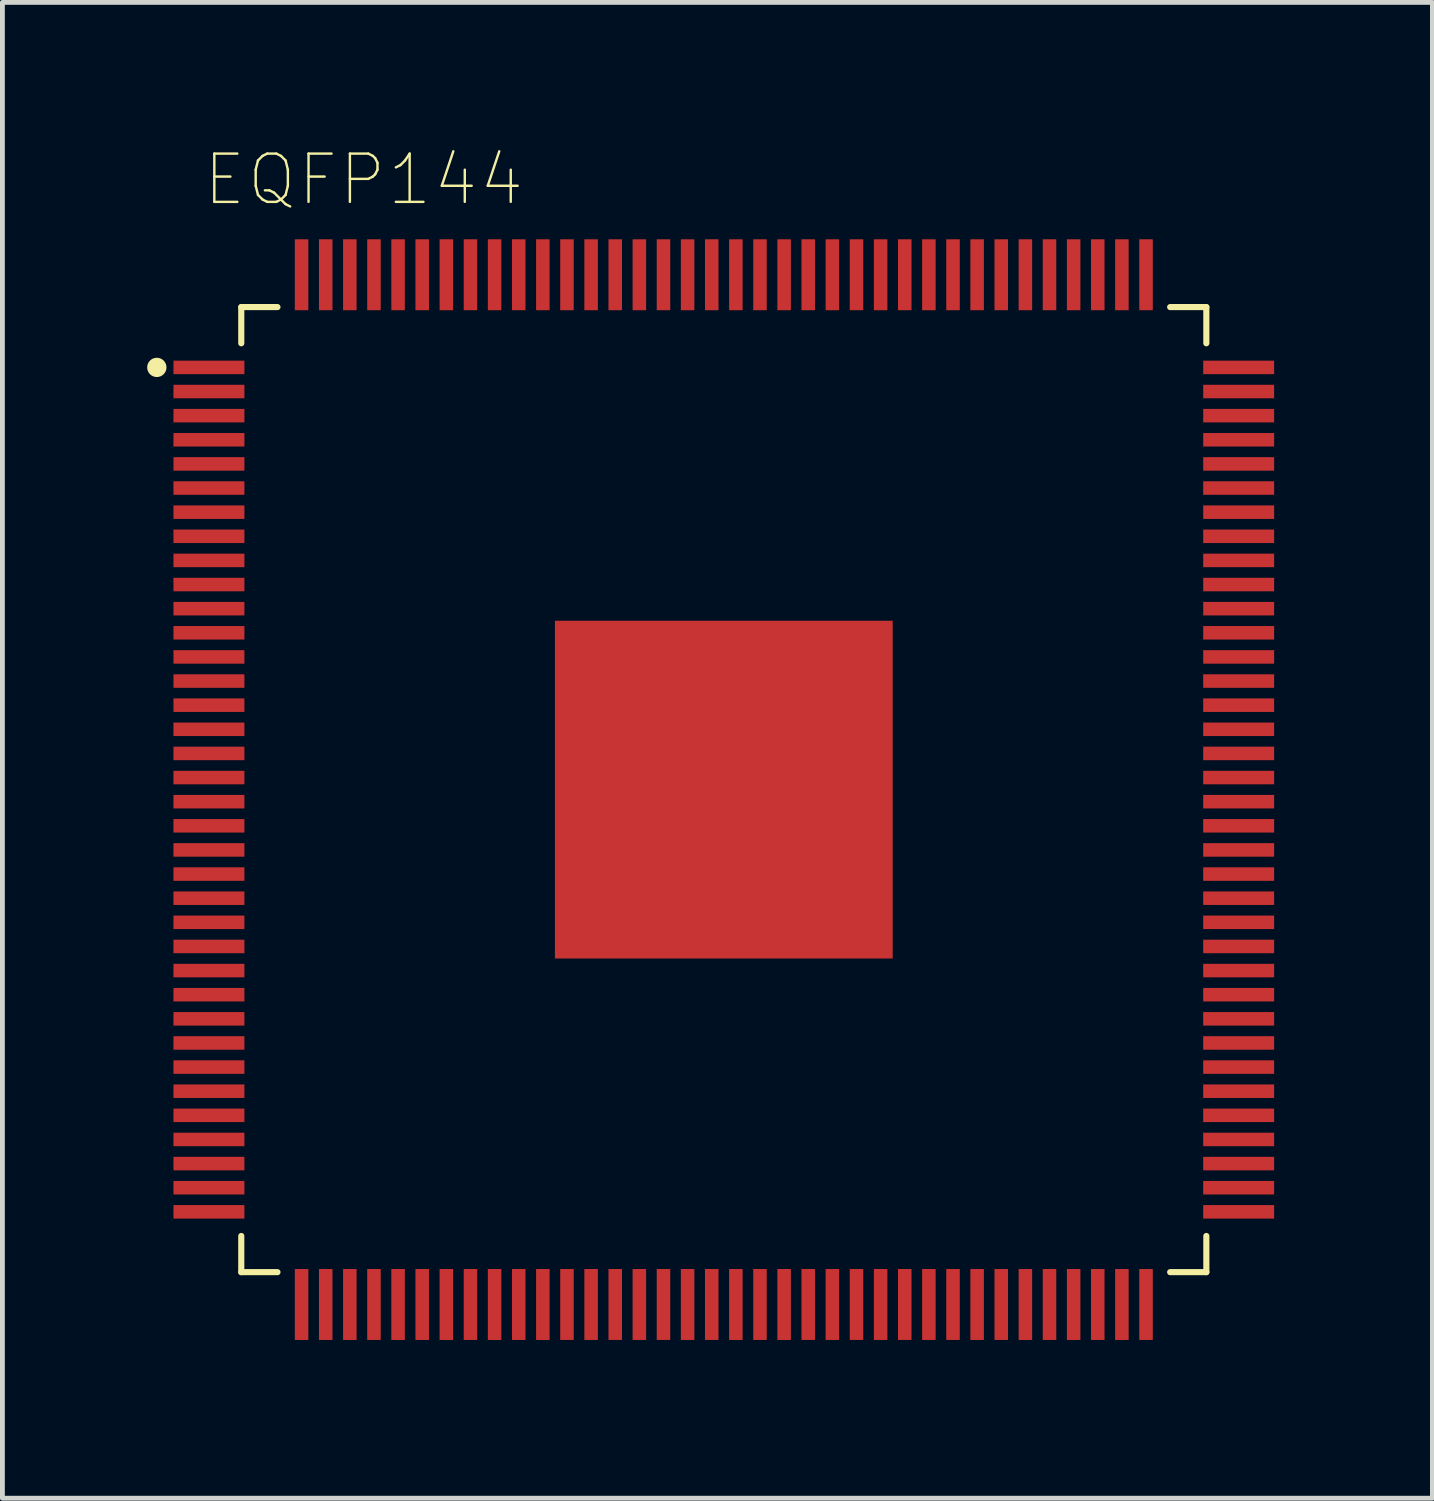
<source format=kicad_pcb>
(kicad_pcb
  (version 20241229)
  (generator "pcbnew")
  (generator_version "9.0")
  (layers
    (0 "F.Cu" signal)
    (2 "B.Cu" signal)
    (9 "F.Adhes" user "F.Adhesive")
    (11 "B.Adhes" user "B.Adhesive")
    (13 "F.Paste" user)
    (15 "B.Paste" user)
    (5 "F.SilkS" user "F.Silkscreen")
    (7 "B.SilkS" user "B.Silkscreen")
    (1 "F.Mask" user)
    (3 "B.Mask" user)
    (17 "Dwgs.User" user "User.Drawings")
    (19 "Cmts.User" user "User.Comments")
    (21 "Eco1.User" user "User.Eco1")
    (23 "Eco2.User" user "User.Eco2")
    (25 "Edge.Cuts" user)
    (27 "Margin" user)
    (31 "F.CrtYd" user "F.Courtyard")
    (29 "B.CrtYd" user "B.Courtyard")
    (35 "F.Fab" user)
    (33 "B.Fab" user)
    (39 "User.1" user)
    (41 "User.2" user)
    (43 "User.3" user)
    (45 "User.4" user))
  (footprint "EQFP144"
    (layer "F.Cu")
    (at 11.95 13.314)
    (property "Reference" "EQFP144" (at -7.463 -12.641 0) (layer "F.SilkS") (effects (font (size 1 1) (thickness 0.05))))
    (attr smd)
    (fp_line (start -10 -10) (end -9.25 -10) (stroke (width 0.127) (type solid)) (layer "F.SilkS"))
    (fp_line (start -10 -9.25) (end -10 -10) (stroke (width 0.127) (type solid)) (layer "F.SilkS"))
    (fp_line (start -10 9.25) (end -10 10) (stroke (width 0.127) (type solid)) (layer "F.SilkS"))
    (fp_line (start -10 10) (end -9.25 10) (stroke (width 0.127) (type solid)) (layer "F.SilkS"))
    (fp_line (start 9.25 -10) (end 10 -10) (stroke (width 0.127) (type solid)) (layer "F.SilkS"))
    (fp_line (start 9.25 10) (end 10 10) (stroke (width 0.127) (type solid)) (layer "F.SilkS"))
    (fp_line (start 10 -10) (end 10 -9.25) (stroke (width 0.127) (type solid)) (layer "F.SilkS"))
    (fp_line (start 10 10) (end 10 9.25) (stroke (width 0.127) (type solid)) (layer "F.SilkS"))
    (fp_circle (center -11.75 -8.75) (end -11.65 -8.75) (stroke (width 0.2) (type solid)) (fill no) (layer "F.SilkS"))
    (fp_poly (pts (xy -2.823 -2.75) (xy 2.82 -2.75) (xy 2.82 2.753) (xy -2.823 2.753)) (stroke (width 0) (type solid)) (fill yes) (layer "F.Paste"))
    (fp_line (start -11.66 -9.14) (end -10.25 -9.14) (stroke (width 0.05) (type solid)) (layer "Eco1.User"))
    (fp_line (start -11.66 9.14) (end -11.66 -9.14) (stroke (width 0.05) (type solid)) (layer "Eco1.User"))
    (fp_line (start -10.25 -10.25) (end -9.14 -10.25) (stroke (width 0.05) (type solid)) (layer "Eco1.User"))
    (fp_line (start -10.25 -9.14) (end -10.25 -10.25) (stroke (width 0.05) (type solid)) (layer "Eco1.User"))
    (fp_line (start -10.25 9.14) (end -11.66 9.14) (stroke (width 0.05) (type solid)) (layer "Eco1.User"))
    (fp_line (start -10.25 10.25) (end -10.25 9.14) (stroke (width 0.05) (type solid)) (layer "Eco1.User"))
    (fp_line (start -9.14 -11.66) (end 9.14 -11.66) (stroke (width 0.05) (type solid)) (layer "Eco1.User"))
    (fp_line (start -9.14 -10.25) (end -9.14 -11.66) (stroke (width 0.05) (type solid)) (layer "Eco1.User"))
    (fp_line (start -9.14 10.25) (end -10.25 10.25) (stroke (width 0.05) (type solid)) (layer "Eco1.User"))
    (fp_line (start -9.14 11.66) (end -9.14 10.25) (stroke (width 0.05) (type solid)) (layer "Eco1.User"))
    (fp_line (start 9.14 -11.66) (end 9.14 -10.25) (stroke (width 0.05) (type solid)) (layer "Eco1.User"))
    (fp_line (start 9.14 -10.25) (end 10.25 -10.25) (stroke (width 0.05) (type solid)) (layer "Eco1.User"))
    (fp_line (start 9.14 10.25) (end 9.14 11.66) (stroke (width 0.05) (type solid)) (layer "Eco1.User"))
    (fp_line (start 9.14 11.66) (end -9.14 11.66) (stroke (width 0.05) (type solid)) (layer "Eco1.User"))
    (fp_line (start 10.25 -10.25) (end 10.25 -9.14) (stroke (width 0.05) (type solid)) (layer "Eco1.User"))
    (fp_line (start 10.25 -9.14) (end 11.66 -9.14) (stroke (width 0.05) (type solid)) (layer "Eco1.User"))
    (fp_line (start 10.25 9.14) (end 10.25 10.25) (stroke (width 0.05) (type solid)) (layer "Eco1.User"))
    (fp_line (start 10.25 10.25) (end 9.14 10.25) (stroke (width 0.05) (type solid)) (layer "Eco1.User"))
    (fp_line (start 11.66 -9.14) (end 11.66 9.14) (stroke (width 0.05) (type solid)) (layer "Eco1.User"))
    (fp_line (start 11.66 9.14) (end 10.25 9.14) (stroke (width 0.05) (type solid)) (layer "Eco1.User"))
    (fp_line (start -10 -10) (end 10 -10) (stroke (width 0.127) (type solid)) (layer "Eco2.User"))
    (fp_line (start -10 10) (end -10 -10) (stroke (width 0.127) (type solid)) (layer "Eco2.User"))
    (fp_line (start 10 -10) (end 10 10) (stroke (width 0.127) (type solid)) (layer "Eco2.User"))
    (fp_line (start 10 10) (end -10 10) (stroke (width 0.127) (type solid)) (layer "Eco2.User"))
    (fp_circle (center -9.337 -9.385) (end -9.237 -9.385) (stroke (width 0.2) (type solid)) (fill no) (layer "Eco2.User"))
    (pad "1" smd rect (at -10.67 -8.75) (size 1.47 0.28) (layers "F.Cu" "F.Mask" "F.Paste"))
    (pad "2" smd rect (at -10.67 -8.25) (size 1.47 0.28) (layers "F.Cu" "F.Mask" "F.Paste"))
    (pad "3" smd rect (at -10.67 -7.75) (size 1.47 0.28) (layers "F.Cu" "F.Mask" "F.Paste"))
    (pad "4" smd rect (at -10.67 -7.25) (size 1.47 0.28) (layers "F.Cu" "F.Mask" "F.Paste"))
    (pad "5" smd rect (at -10.67 -6.75) (size 1.47 0.28) (layers "F.Cu" "F.Mask" "F.Paste"))
    (pad "6" smd rect (at -10.67 -6.25) (size 1.47 0.28) (layers "F.Cu" "F.Mask" "F.Paste"))
    (pad "7" smd rect (at -10.67 -5.75) (size 1.47 0.28) (layers "F.Cu" "F.Mask" "F.Paste"))
    (pad "8" smd rect (at -10.67 -5.25) (size 1.47 0.28) (layers "F.Cu" "F.Mask" "F.Paste"))
    (pad "9" smd rect (at -10.67 -4.75) (size 1.47 0.28) (layers "F.Cu" "F.Mask" "F.Paste"))
    (pad "10" smd rect (at -10.67 -4.25) (size 1.47 0.28) (layers "F.Cu" "F.Mask" "F.Paste"))
    (pad "11" smd rect (at -10.67 -3.75) (size 1.47 0.28) (layers "F.Cu" "F.Mask" "F.Paste"))
    (pad "12" smd rect (at -10.67 -3.25) (size 1.47 0.28) (layers "F.Cu" "F.Mask" "F.Paste"))
    (pad "13" smd rect (at -10.67 -2.75) (size 1.47 0.28) (layers "F.Cu" "F.Mask" "F.Paste"))
    (pad "14" smd rect (at -10.67 -2.25) (size 1.47 0.28) (layers "F.Cu" "F.Mask" "F.Paste"))
    (pad "15" smd rect (at -10.67 -1.75) (size 1.47 0.28) (layers "F.Cu" "F.Mask" "F.Paste"))
    (pad "16" smd rect (at -10.67 -1.25) (size 1.47 0.28) (layers "F.Cu" "F.Mask" "F.Paste"))
    (pad "17" smd rect (at -10.67 -0.75) (size 1.47 0.28) (layers "F.Cu" "F.Mask" "F.Paste"))
    (pad "18" smd rect (at -10.67 -0.25) (size 1.47 0.28) (layers "F.Cu" "F.Mask" "F.Paste"))
    (pad "19" smd rect (at -10.67 0.25) (size 1.47 0.28) (layers "F.Cu" "F.Mask" "F.Paste"))
    (pad "20" smd rect (at -10.67 0.75) (size 1.47 0.28) (layers "F.Cu" "F.Mask" "F.Paste"))
    (pad "21" smd rect (at -10.67 1.25) (size 1.47 0.28) (layers "F.Cu" "F.Mask" "F.Paste"))
    (pad "22" smd rect (at -10.67 1.75) (size 1.47 0.28) (layers "F.Cu" "F.Mask" "F.Paste"))
    (pad "23" smd rect (at -10.67 2.25) (size 1.47 0.28) (layers "F.Cu" "F.Mask" "F.Paste"))
    (pad "24" smd rect (at -10.67 2.75) (size 1.47 0.28) (layers "F.Cu" "F.Mask" "F.Paste"))
    (pad "25" smd rect (at -10.67 3.25) (size 1.47 0.28) (layers "F.Cu" "F.Mask" "F.Paste"))
    (pad "26" smd rect (at -10.67 3.75) (size 1.47 0.28) (layers "F.Cu" "F.Mask" "F.Paste"))
    (pad "27" smd rect (at -10.67 4.25) (size 1.47 0.28) (layers "F.Cu" "F.Mask" "F.Paste"))
    (pad "28" smd rect (at -10.67 4.75) (size 1.47 0.28) (layers "F.Cu" "F.Mask" "F.Paste"))
    (pad "29" smd rect (at -10.67 5.25) (size 1.47 0.28) (layers "F.Cu" "F.Mask" "F.Paste"))
    (pad "30" smd rect (at -10.67 5.75) (size 1.47 0.28) (layers "F.Cu" "F.Mask" "F.Paste"))
    (pad "31" smd rect (at -10.67 6.25) (size 1.47 0.28) (layers "F.Cu" "F.Mask" "F.Paste"))
    (pad "32" smd rect (at -10.67 6.75) (size 1.47 0.28) (layers "F.Cu" "F.Mask" "F.Paste"))
    (pad "33" smd rect (at -10.67 7.25) (size 1.47 0.28) (layers "F.Cu" "F.Mask" "F.Paste"))
    (pad "34" smd rect (at -10.67 7.75) (size 1.47 0.28) (layers "F.Cu" "F.Mask" "F.Paste"))
    (pad "35" smd rect (at -10.67 8.25) (size 1.47 0.28) (layers "F.Cu" "F.Mask" "F.Paste"))
    (pad "36" smd rect (at -10.67 8.75) (size 1.47 0.28) (layers "F.Cu" "F.Mask" "F.Paste"))
    (pad "37" smd rect (at -8.75 10.67 90) (size 1.47 0.28) (layers "F.Cu" "F.Mask" "F.Paste"))
    (pad "38" smd rect (at -8.25 10.67 90) (size 1.47 0.28) (layers "F.Cu" "F.Mask" "F.Paste"))
    (pad "39" smd rect (at -7.75 10.67 90) (size 1.47 0.28) (layers "F.Cu" "F.Mask" "F.Paste"))
    (pad "40" smd rect (at -7.25 10.67 90) (size 1.47 0.28) (layers "F.Cu" "F.Mask" "F.Paste"))
    (pad "41" smd rect (at -6.75 10.67 90) (size 1.47 0.28) (layers "F.Cu" "F.Mask" "F.Paste"))
    (pad "42" smd rect (at -6.25 10.67 90) (size 1.47 0.28) (layers "F.Cu" "F.Mask" "F.Paste"))
    (pad "43" smd rect (at -5.75 10.67 90) (size 1.47 0.28) (layers "F.Cu" "F.Mask" "F.Paste"))
    (pad "44" smd rect (at -5.25 10.67 90) (size 1.47 0.28) (layers "F.Cu" "F.Mask" "F.Paste"))
    (pad "45" smd rect (at -4.75 10.67 90) (size 1.47 0.28) (layers "F.Cu" "F.Mask" "F.Paste"))
    (pad "46" smd rect (at -4.25 10.67 90) (size 1.47 0.28) (layers "F.Cu" "F.Mask" "F.Paste"))
    (pad "47" smd rect (at -3.75 10.67 90) (size 1.47 0.28) (layers "F.Cu" "F.Mask" "F.Paste"))
    (pad "48" smd rect (at -3.25 10.67 90) (size 1.47 0.28) (layers "F.Cu" "F.Mask" "F.Paste"))
    (pad "49" smd rect (at -2.75 10.67 90) (size 1.47 0.28) (layers "F.Cu" "F.Mask" "F.Paste"))
    (pad "50" smd rect (at -2.25 10.67 90) (size 1.47 0.28) (layers "F.Cu" "F.Mask" "F.Paste"))
    (pad "51" smd rect (at -1.75 10.67 90) (size 1.47 0.28) (layers "F.Cu" "F.Mask" "F.Paste"))
    (pad "52" smd rect (at -1.25 10.67 90) (size 1.47 0.28) (layers "F.Cu" "F.Mask" "F.Paste"))
    (pad "53" smd rect (at -0.75 10.67 90) (size 1.47 0.28) (layers "F.Cu" "F.Mask" "F.Paste"))
    (pad "54" smd rect (at -0.25 10.67 90) (size 1.47 0.28) (layers "F.Cu" "F.Mask" "F.Paste"))
    (pad "55" smd rect (at 0.25 10.67 90) (size 1.47 0.28) (layers "F.Cu" "F.Mask" "F.Paste"))
    (pad "56" smd rect (at 0.75 10.67 90) (size 1.47 0.28) (layers "F.Cu" "F.Mask" "F.Paste"))
    (pad "57" smd rect (at 1.25 10.67 90) (size 1.47 0.28) (layers "F.Cu" "F.Mask" "F.Paste"))
    (pad "58" smd rect (at 1.75 10.67 90) (size 1.47 0.28) (layers "F.Cu" "F.Mask" "F.Paste"))
    (pad "59" smd rect (at 2.25 10.67 90) (size 1.47 0.28) (layers "F.Cu" "F.Mask" "F.Paste"))
    (pad "60" smd rect (at 2.75 10.67 90) (size 1.47 0.28) (layers "F.Cu" "F.Mask" "F.Paste"))
    (pad "61" smd rect (at 3.25 10.67 90) (size 1.47 0.28) (layers "F.Cu" "F.Mask" "F.Paste"))
    (pad "62" smd rect (at 3.75 10.67 90) (size 1.47 0.28) (layers "F.Cu" "F.Mask" "F.Paste"))
    (pad "63" smd rect (at 4.25 10.67 90) (size 1.47 0.28) (layers "F.Cu" "F.Mask" "F.Paste"))
    (pad "64" smd rect (at 4.75 10.67 90) (size 1.47 0.28) (layers "F.Cu" "F.Mask" "F.Paste"))
    (pad "65" smd rect (at 5.25 10.67 90) (size 1.47 0.28) (layers "F.Cu" "F.Mask" "F.Paste"))
    (pad "66" smd rect (at 5.75 10.67 90) (size 1.47 0.28) (layers "F.Cu" "F.Mask" "F.Paste"))
    (pad "67" smd rect (at 6.25 10.67 90) (size 1.47 0.28) (layers "F.Cu" "F.Mask" "F.Paste"))
    (pad "68" smd rect (at 6.75 10.67 90) (size 1.47 0.28) (layers "F.Cu" "F.Mask" "F.Paste"))
    (pad "69" smd rect (at 7.25 10.67 90) (size 1.47 0.28) (layers "F.Cu" "F.Mask" "F.Paste"))
    (pad "70" smd rect (at 7.75 10.67 90) (size 1.47 0.28) (layers "F.Cu" "F.Mask" "F.Paste"))
    (pad "71" smd rect (at 8.25 10.67 90) (size 1.47 0.28) (layers "F.Cu" "F.Mask" "F.Paste"))
    (pad "72" smd rect (at 8.75 10.67 90) (size 1.47 0.28) (layers "F.Cu" "F.Mask" "F.Paste"))
    (pad "73" smd rect (at 10.67 8.75 180) (size 1.47 0.28) (layers "F.Cu" "F.Mask" "F.Paste"))
    (pad "74" smd rect (at 10.67 8.25 180) (size 1.47 0.28) (layers "F.Cu" "F.Mask" "F.Paste"))
    (pad "75" smd rect (at 10.67 7.75 180) (size 1.47 0.28) (layers "F.Cu" "F.Mask" "F.Paste"))
    (pad "76" smd rect (at 10.67 7.25 180) (size 1.47 0.28) (layers "F.Cu" "F.Mask" "F.Paste"))
    (pad "77" smd rect (at 10.67 6.75 180) (size 1.47 0.28) (layers "F.Cu" "F.Mask" "F.Paste"))
    (pad "78" smd rect (at 10.67 6.25 180) (size 1.47 0.28) (layers "F.Cu" "F.Mask" "F.Paste"))
    (pad "79" smd rect (at 10.67 5.75 180) (size 1.47 0.28) (layers "F.Cu" "F.Mask" "F.Paste"))
    (pad "80" smd rect (at 10.67 5.25 180) (size 1.47 0.28) (layers "F.Cu" "F.Mask" "F.Paste"))
    (pad "81" smd rect (at 10.67 4.75 180) (size 1.47 0.28) (layers "F.Cu" "F.Mask" "F.Paste"))
    (pad "82" smd rect (at 10.67 4.25 180) (size 1.47 0.28) (layers "F.Cu" "F.Mask" "F.Paste"))
    (pad "83" smd rect (at 10.67 3.75 180) (size 1.47 0.28) (layers "F.Cu" "F.Mask" "F.Paste"))
    (pad "84" smd rect (at 10.67 3.25 180) (size 1.47 0.28) (layers "F.Cu" "F.Mask" "F.Paste"))
    (pad "85" smd rect (at 10.67 2.75 180) (size 1.47 0.28) (layers "F.Cu" "F.Mask" "F.Paste"))
    (pad "86" smd rect (at 10.67 2.25 180) (size 1.47 0.28) (layers "F.Cu" "F.Mask" "F.Paste"))
    (pad "87" smd rect (at 10.67 1.75 180) (size 1.47 0.28) (layers "F.Cu" "F.Mask" "F.Paste"))
    (pad "88" smd rect (at 10.67 1.25 180) (size 1.47 0.28) (layers "F.Cu" "F.Mask" "F.Paste"))
    (pad "89" smd rect (at 10.67 0.75 180) (size 1.47 0.28) (layers "F.Cu" "F.Mask" "F.Paste"))
    (pad "90" smd rect (at 10.67 0.25 180) (size 1.47 0.28) (layers "F.Cu" "F.Mask" "F.Paste"))
    (pad "91" smd rect (at 10.67 -0.25 180) (size 1.47 0.28) (layers "F.Cu" "F.Mask" "F.Paste"))
    (pad "92" smd rect (at 10.67 -0.75 180) (size 1.47 0.28) (layers "F.Cu" "F.Mask" "F.Paste"))
    (pad "93" smd rect (at 10.67 -1.25 180) (size 1.47 0.28) (layers "F.Cu" "F.Mask" "F.Paste"))
    (pad "94" smd rect (at 10.67 -1.75 180) (size 1.47 0.28) (layers "F.Cu" "F.Mask" "F.Paste"))
    (pad "95" smd rect (at 10.67 -2.25 180) (size 1.47 0.28) (layers "F.Cu" "F.Mask" "F.Paste"))
    (pad "96" smd rect (at 10.67 -2.75 180) (size 1.47 0.28) (layers "F.Cu" "F.Mask" "F.Paste"))
    (pad "97" smd rect (at 10.67 -3.25 180) (size 1.47 0.28) (layers "F.Cu" "F.Mask" "F.Paste"))
    (pad "98" smd rect (at 10.67 -3.75 180) (size 1.47 0.28) (layers "F.Cu" "F.Mask" "F.Paste"))
    (pad "99" smd rect (at 10.67 -4.25 180) (size 1.47 0.28) (layers "F.Cu" "F.Mask" "F.Paste"))
    (pad "100" smd rect (at 10.67 -4.75 180) (size 1.47 0.28) (layers "F.Cu" "F.Mask" "F.Paste"))
    (pad "101" smd rect (at 10.67 -5.25 180) (size 1.47 0.28) (layers "F.Cu" "F.Mask" "F.Paste"))
    (pad "102" smd rect (at 10.67 -5.75 180) (size 1.47 0.28) (layers "F.Cu" "F.Mask" "F.Paste"))
    (pad "103" smd rect (at 10.67 -6.25 180) (size 1.47 0.28) (layers "F.Cu" "F.Mask" "F.Paste"))
    (pad "104" smd rect (at 10.67 -6.75 180) (size 1.47 0.28) (layers "F.Cu" "F.Mask" "F.Paste"))
    (pad "105" smd rect (at 10.67 -7.25 180) (size 1.47 0.28) (layers "F.Cu" "F.Mask" "F.Paste"))
    (pad "106" smd rect (at 10.67 -7.75 180) (size 1.47 0.28) (layers "F.Cu" "F.Mask" "F.Paste"))
    (pad "107" smd rect (at 10.67 -8.25 180) (size 1.47 0.28) (layers "F.Cu" "F.Mask" "F.Paste"))
    (pad "108" smd rect (at 10.67 -8.75 180) (size 1.47 0.28) (layers "F.Cu" "F.Mask" "F.Paste"))
    (pad "109" smd rect (at 8.75 -10.67 270) (size 1.47 0.28) (layers "F.Cu" "F.Mask" "F.Paste"))
    (pad "110" smd rect (at 8.25 -10.67 270) (size 1.47 0.28) (layers "F.Cu" "F.Mask" "F.Paste"))
    (pad "111" smd rect (at 7.75 -10.67 270) (size 1.47 0.28) (layers "F.Cu" "F.Mask" "F.Paste"))
    (pad "112" smd rect (at 7.25 -10.67 270) (size 1.47 0.28) (layers "F.Cu" "F.Mask" "F.Paste"))
    (pad "113" smd rect (at 6.75 -10.67 270) (size 1.47 0.28) (layers "F.Cu" "F.Mask" "F.Paste"))
    (pad "114" smd rect (at 6.25 -10.67 270) (size 1.47 0.28) (layers "F.Cu" "F.Mask" "F.Paste"))
    (pad "115" smd rect (at 5.75 -10.67 270) (size 1.47 0.28) (layers "F.Cu" "F.Mask" "F.Paste"))
    (pad "116" smd rect (at 5.25 -10.67 270) (size 1.47 0.28) (layers "F.Cu" "F.Mask" "F.Paste"))
    (pad "117" smd rect (at 4.75 -10.67 270) (size 1.47 0.28) (layers "F.Cu" "F.Mask" "F.Paste"))
    (pad "118" smd rect (at 4.25 -10.67 270) (size 1.47 0.28) (layers "F.Cu" "F.Mask" "F.Paste"))
    (pad "119" smd rect (at 3.75 -10.67 270) (size 1.47 0.28) (layers "F.Cu" "F.Mask" "F.Paste"))
    (pad "120" smd rect (at 3.25 -10.67 270) (size 1.47 0.28) (layers "F.Cu" "F.Mask" "F.Paste"))
    (pad "121" smd rect (at 2.75 -10.67 270) (size 1.47 0.28) (layers "F.Cu" "F.Mask" "F.Paste"))
    (pad "122" smd rect (at 2.25 -10.67 270) (size 1.47 0.28) (layers "F.Cu" "F.Mask" "F.Paste"))
    (pad "123" smd rect (at 1.75 -10.67 270) (size 1.47 0.28) (layers "F.Cu" "F.Mask" "F.Paste"))
    (pad "124" smd rect (at 1.25 -10.67 270) (size 1.47 0.28) (layers "F.Cu" "F.Mask" "F.Paste"))
    (pad "125" smd rect (at 0.75 -10.67 270) (size 1.47 0.28) (layers "F.Cu" "F.Mask" "F.Paste"))
    (pad "126" smd rect (at 0.25 -10.67 270) (size 1.47 0.28) (layers "F.Cu" "F.Mask" "F.Paste"))
    (pad "127" smd rect (at -0.25 -10.67 270) (size 1.47 0.28) (layers "F.Cu" "F.Mask" "F.Paste"))
    (pad "128" smd rect (at -0.75 -10.67 270) (size 1.47 0.28) (layers "F.Cu" "F.Mask" "F.Paste"))
    (pad "129" smd rect (at -1.25 -10.67 270) (size 1.47 0.28) (layers "F.Cu" "F.Mask" "F.Paste"))
    (pad "130" smd rect (at -1.75 -10.67 270) (size 1.47 0.28) (layers "F.Cu" "F.Mask" "F.Paste"))
    (pad "131" smd rect (at -2.25 -10.67 270) (size 1.47 0.28) (layers "F.Cu" "F.Mask" "F.Paste"))
    (pad "132" smd rect (at -2.75 -10.67 270) (size 1.47 0.28) (layers "F.Cu" "F.Mask" "F.Paste"))
    (pad "133" smd rect (at -3.25 -10.67 270) (size 1.47 0.28) (layers "F.Cu" "F.Mask" "F.Paste"))
    (pad "134" smd rect (at -3.75 -10.67 270) (size 1.47 0.28) (layers "F.Cu" "F.Mask" "F.Paste"))
    (pad "135" smd rect (at -4.25 -10.67 270) (size 1.47 0.28) (layers "F.Cu" "F.Mask" "F.Paste"))
    (pad "136" smd rect (at -4.75 -10.67 270) (size 1.47 0.28) (layers "F.Cu" "F.Mask" "F.Paste"))
    (pad "137" smd rect (at -5.25 -10.67 270) (size 1.47 0.28) (layers "F.Cu" "F.Mask" "F.Paste"))
    (pad "138" smd rect (at -5.75 -10.67 270) (size 1.47 0.28) (layers "F.Cu" "F.Mask" "F.Paste"))
    (pad "139" smd rect (at -6.25 -10.67 270) (size 1.47 0.28) (layers "F.Cu" "F.Mask" "F.Paste"))
    (pad "140" smd rect (at -6.75 -10.67 270) (size 1.47 0.28) (layers "F.Cu" "F.Mask" "F.Paste"))
    (pad "141" smd rect (at -7.25 -10.67 270) (size 1.47 0.28) (layers "F.Cu" "F.Mask" "F.Paste"))
    (pad "142" smd rect (at -7.75 -10.67 270) (size 1.47 0.28) (layers "F.Cu" "F.Mask" "F.Paste"))
    (pad "143" smd rect (at -8.25 -10.67 270) (size 1.47 0.28) (layers "F.Cu" "F.Mask" "F.Paste"))
    (pad "144" smd rect (at -8.75 -10.67 270) (size 1.47 0.28) (layers "F.Cu" "F.Mask" "F.Paste"))
    (pad "145" smd rect (at 0 0) (size 7 7) (layers "F.Cu" "F.Mask" "F.Paste")))
  (gr_rect
    (start -3 -3)
    (end 26.635 27.999)
    (stroke (width 0.1) (type default))
    (fill no)
    (layer "Edge.Cuts")))
</source>
